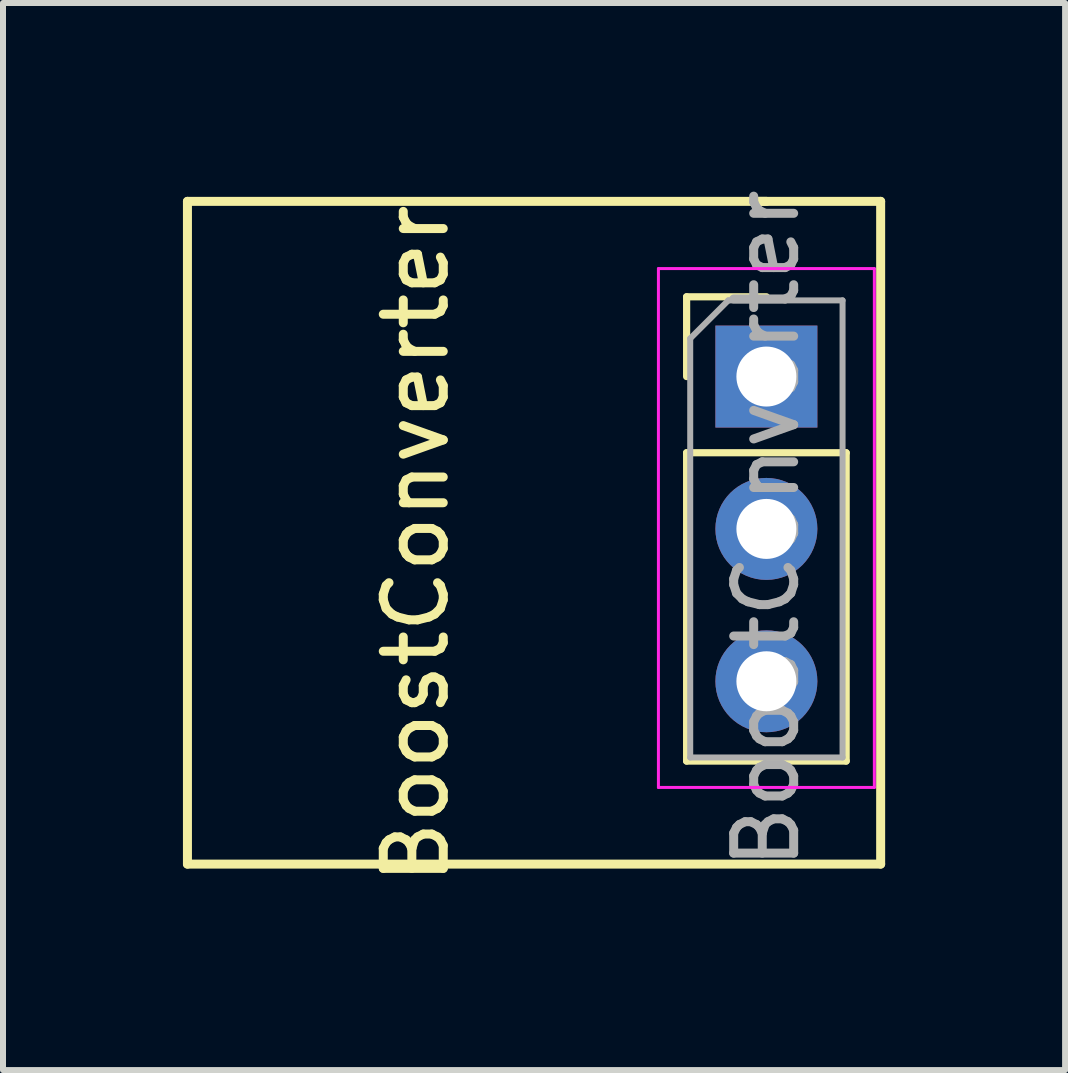
<source format=kicad_pcb>
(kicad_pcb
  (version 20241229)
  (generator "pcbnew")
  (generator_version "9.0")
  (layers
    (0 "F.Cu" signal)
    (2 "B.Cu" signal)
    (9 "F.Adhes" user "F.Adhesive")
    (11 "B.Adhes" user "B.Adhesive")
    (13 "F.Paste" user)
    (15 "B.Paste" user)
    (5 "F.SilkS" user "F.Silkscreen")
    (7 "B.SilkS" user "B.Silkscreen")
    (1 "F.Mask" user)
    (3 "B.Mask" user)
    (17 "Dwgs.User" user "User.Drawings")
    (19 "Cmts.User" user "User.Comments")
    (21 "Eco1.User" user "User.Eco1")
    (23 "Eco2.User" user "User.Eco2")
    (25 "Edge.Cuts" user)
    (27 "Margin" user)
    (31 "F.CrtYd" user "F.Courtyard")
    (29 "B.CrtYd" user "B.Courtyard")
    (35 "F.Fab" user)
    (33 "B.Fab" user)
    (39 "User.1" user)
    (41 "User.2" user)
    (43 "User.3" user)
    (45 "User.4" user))
  (footprint "BoostConverter"
    (layer "F.Cu")
    (at 9.727 3.228)
    (property "Reference" "BoostConverter" (at -5.842 2.794 270) (layer "F.SilkS") (effects (font (size 1 1) (thickness 0.15))))
    (attr through_hole)
    (fp_line (start -9.652 -2.921) (end -9.652 8.128) (stroke (width 0.15) (type solid)) (layer "F.SilkS"))
    (fp_line (start -9.652 8.128) (end 1.905 8.128) (stroke (width 0.15) (type solid)) (layer "F.SilkS"))
    (fp_line (start -1.33 -1.33) (end 0 -1.33) (stroke (width 0.12) (type solid)) (layer "F.SilkS"))
    (fp_line (start -1.33 0) (end -1.33 -1.33) (stroke (width 0.12) (type solid)) (layer "F.SilkS"))
    (fp_line (start -1.33 1.27) (end -1.33 6.41) (stroke (width 0.12) (type solid)) (layer "F.SilkS"))
    (fp_line (start -1.33 1.27) (end 1.33 1.27) (stroke (width 0.12) (type solid)) (layer "F.SilkS"))
    (fp_line (start -1.33 6.41) (end 1.33 6.41) (stroke (width 0.12) (type solid)) (layer "F.SilkS"))
    (fp_line (start 0 -2.921) (end -9.652 -2.921) (stroke (width 0.15) (type solid)) (layer "F.SilkS"))
    (fp_line (start 1.33 1.27) (end 1.33 6.41) (stroke (width 0.12) (type solid)) (layer "F.SilkS"))
    (fp_line (start 1.905 -2.921) (end -0.191 -2.921) (stroke (width 0.15) (type solid)) (layer "F.SilkS"))
    (fp_line (start 1.905 8.128) (end 1.905 -2.921) (stroke (width 0.15) (type solid)) (layer "F.SilkS"))
    (fp_line (start -1.8 -1.8) (end -1.8 6.85) (stroke (width 0.05) (type solid)) (layer "F.CrtYd"))
    (fp_line (start -1.8 6.85) (end 1.8 6.85) (stroke (width 0.05) (type solid)) (layer "F.CrtYd"))
    (fp_line (start 1.8 -1.8) (end -1.8 -1.8) (stroke (width 0.05) (type solid)) (layer "F.CrtYd"))
    (fp_line (start 1.8 6.85) (end 1.8 -1.8) (stroke (width 0.05) (type solid)) (layer "F.CrtYd"))
    (fp_line (start -1.27 -0.635) (end -0.635 -1.27) (stroke (width 0.1) (type solid)) (layer "F.Fab"))
    (fp_line (start -1.27 6.35) (end -1.27 -0.635) (stroke (width 0.1) (type solid)) (layer "F.Fab"))
    (fp_line (start -0.635 -1.27) (end 1.27 -1.27) (stroke (width 0.1) (type solid)) (layer "F.Fab"))
    (fp_line (start 1.27 -1.27) (end 1.27 6.35) (stroke (width 0.1) (type solid)) (layer "F.Fab"))
    (fp_line (start 1.27 6.35) (end -1.27 6.35) (stroke (width 0.1) (type solid)) (layer "F.Fab"))
    (fp_text user "${REFERENCE}" (at 0 2.54 90) (layer "F.Fab") (effects (font (size 1 1) (thickness 0.15))))
    (pad "1" thru_hole rect (at 0 0) (size 1.7 1.7) (drill 1) (layers "*.Cu" "*.Mask"))
    (pad "2" thru_hole oval (at 0 2.54) (size 1.7 1.7) (drill 1) (layers "*.Cu" "*.Mask"))
    (pad "3" thru_hole oval (at 0 5.08) (size 1.7 1.7) (drill 1) (layers "*.Cu" "*.Mask")))
  (gr_rect
    (start -3 -3)
    (end 14.707 14.79)
    (stroke (width 0.1) (type default))
    (fill no)
    (layer "Edge.Cuts")))
</source>
